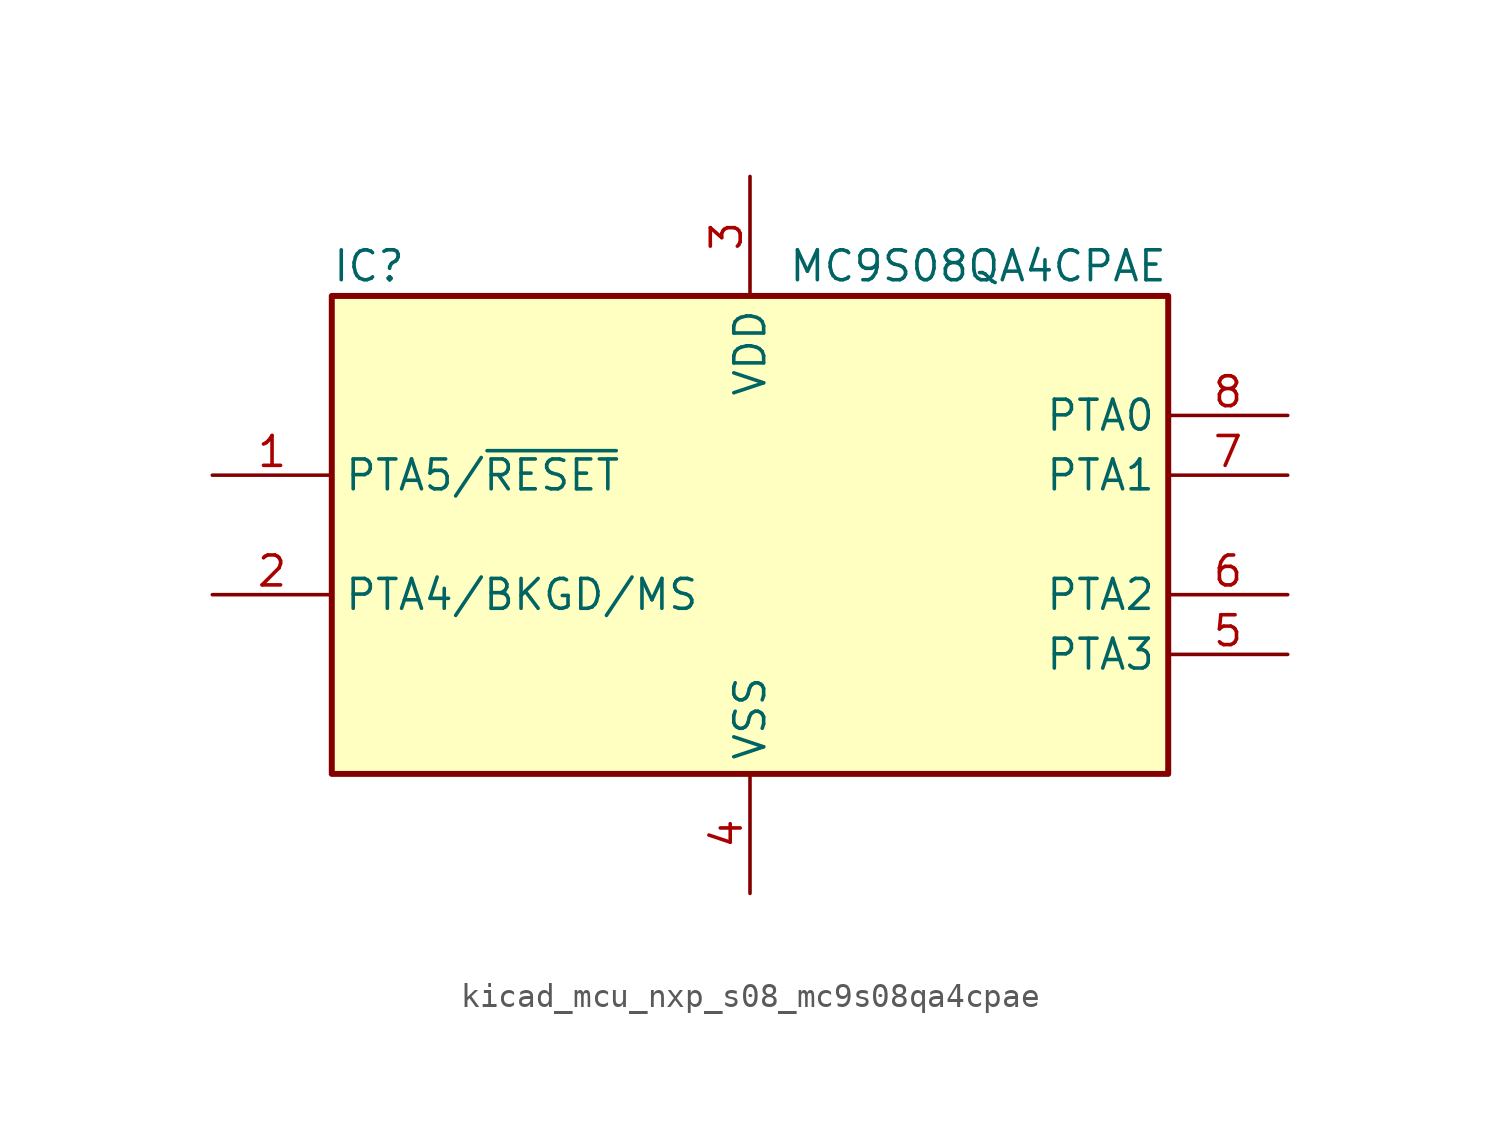
<source format=kicad_sym>
(kicad_symbol_lib
  (version 20220914)
  (generator kicad_symbol_editor)
  (symbol "kicad_mcu_nxp_s08_mc9s08qa4cpae"
    (property "Reference" "IC"
      (at -17.78 11.43 0)
      (effects (font (size 1.27 1.27)) (justify left)))
    (property "Value" "MC9S08QA4CPAE"
      (at 17.78 11.43 0)
      (effects (font (size 1.27 1.27)) (justify right)))
    (symbol "kicad_mcu_nxp_s08_mc9s08qa4cpae_0_1"
      (rectangle (start -17.78 10.16) (end 17.78 -10.16) (stroke (width 0.254) (type default)) (fill (type background))))
    (symbol "kicad_mcu_nxp_s08_mc9s08qa4cpae_1_1"
      (pin bidirectional line (at -22.86 2.54 0) (length 5.08) (name "PTA5/~{RESET}" (effects (font (size 1.27 1.27)))) (number "1" (effects (font (size 1.27 1.27)))))
      (pin bidirectional line (at -22.86 -2.54 0) (length 5.08) (name "PTA4/BKGD/MS" (effects (font (size 1.27 1.27)))) (number "2" (effects (font (size 1.27 1.27)))))
      (pin power_in line (at 0 15.24 270) (length 5.08) (name "VDD" (effects (font (size 1.27 1.27)))) (number "3" (effects (font (size 1.27 1.27)))))
      (pin power_in line (at 0 -15.24 90) (length 5.08) (name "VSS" (effects (font (size 1.27 1.27)))) (number "4" (effects (font (size 1.27 1.27)))))
      (pin bidirectional line (at 22.86 -5.08 180) (length 5.08) (name "PTA3" (effects (font (size 1.27 1.27)))) (number "5" (effects (font (size 1.27 1.27)))))
      (pin bidirectional line (at 22.86 -2.54 180) (length 5.08) (name "PTA2" (effects (font (size 1.27 1.27)))) (number "6" (effects (font (size 1.27 1.27)))))
      (pin bidirectional line (at 22.86 2.54 180) (length 5.08) (name "PTA1" (effects (font (size 1.27 1.27)))) (number "7" (effects (font (size 1.27 1.27)))))
      (pin bidirectional line (at 22.86 5.08 180) (length 5.08) (name "PTA0" (effects (font (size 1.27 1.27)))) (number "8" (effects (font (size 1.27 1.27))))))))
</source>
